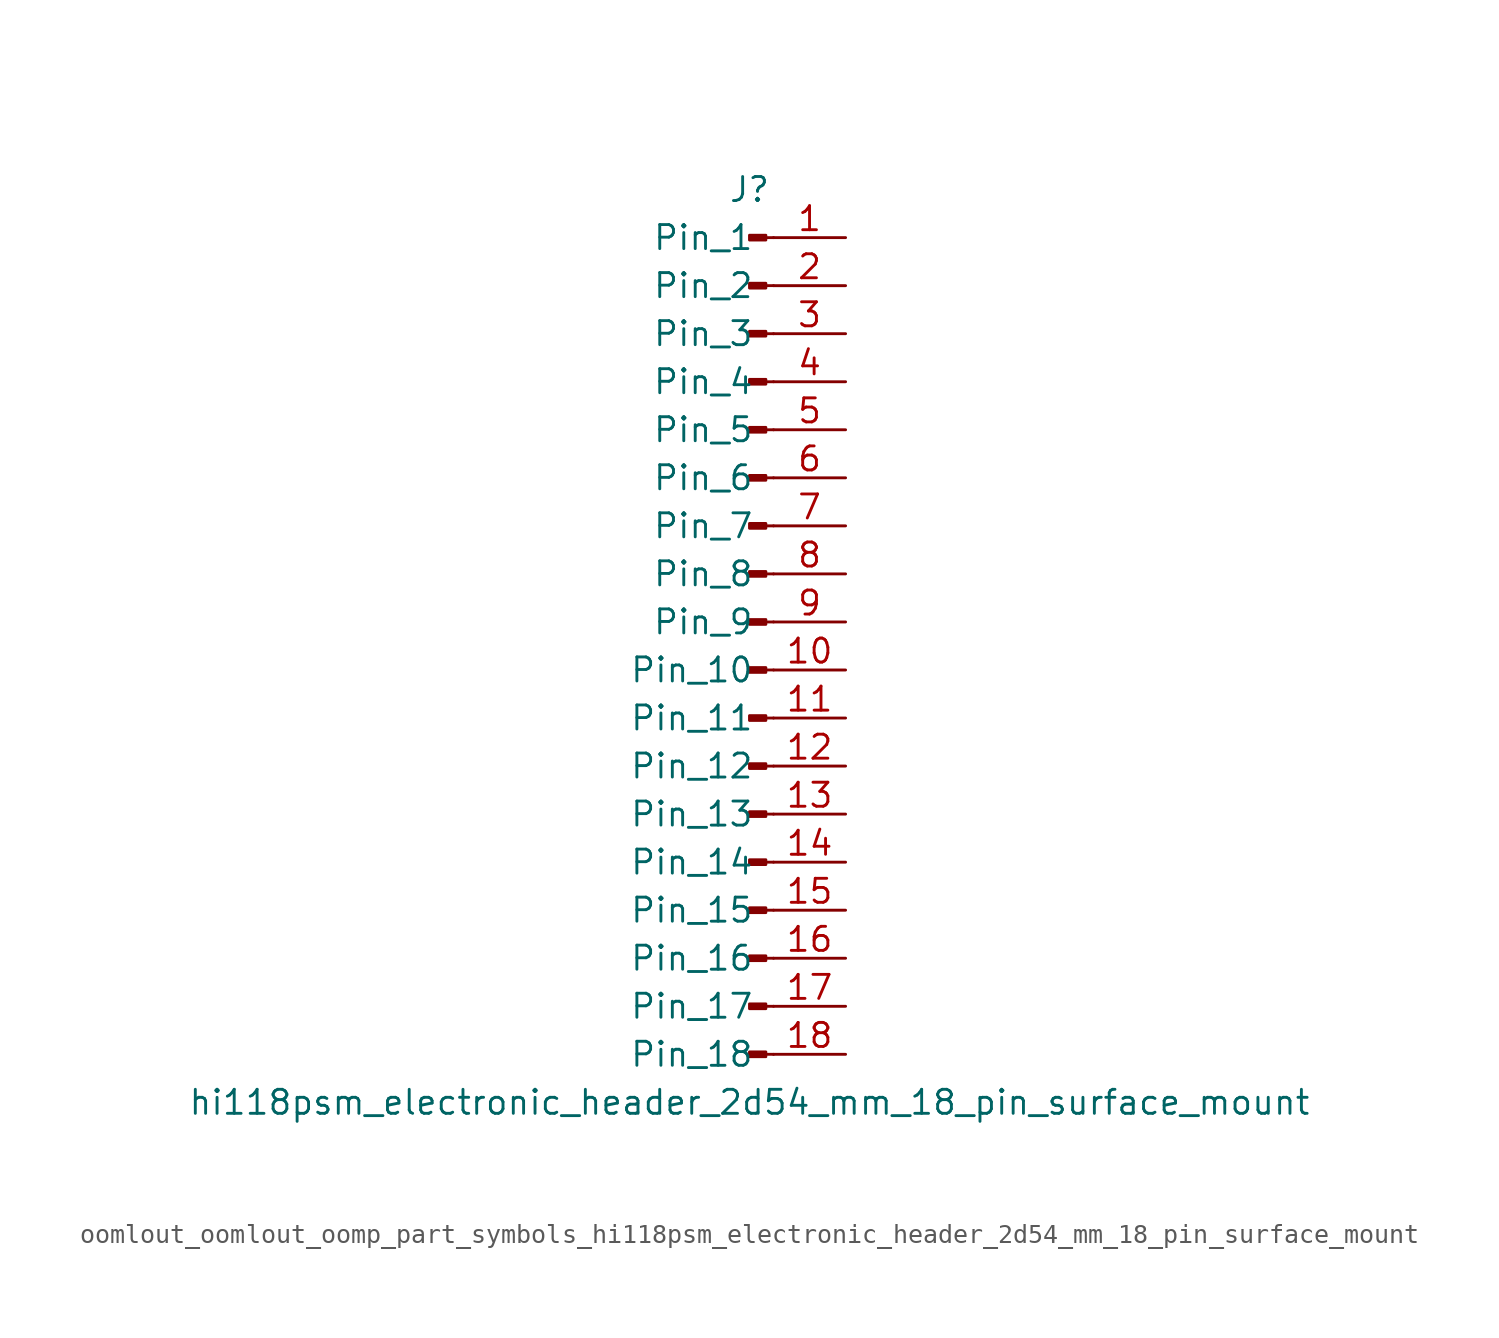
<source format=kicad_sym>
(kicad_symbol_lib
  (version 20220914)
  (generator kicad_symbol_editor)
  (symbol "oomlout_oomlout_oomp_part_symbols_hi118psm_electronic_header_2d54_mm_18_pin_surface_mount"
    (pin_names
      (offset 1.016))
    (property "Reference" "J"
      (at 0 22.86 0)
      (effects (font (size 1.27 1.27))))
    (property "Value" "hi118psm_electronic_header_2d54_mm_18_pin_surface_mount"
      (at 0 -25.4 0)
      (effects (font (size 1.27 1.27))))
    (property "ki_locked" ""
      (at 0 0 0)
      (effects (font (size 1.27 1.27))))
    (symbol "oomlout_oomlout_oomp_part_symbols_hi118psm_electronic_header_2d54_mm_18_pin_surface_mount_1_1"
      (polyline (pts (xy 1.27 -22.86) (xy 0.864 -22.86)) (stroke (width 0.152) (type default)) (fill (type none)))
      (polyline (pts (xy 1.27 -20.32) (xy 0.864 -20.32)) (stroke (width 0.152) (type default)) (fill (type none)))
      (polyline (pts (xy 1.27 -17.78) (xy 0.864 -17.78)) (stroke (width 0.152) (type default)) (fill (type none)))
      (polyline (pts (xy 1.27 -15.24) (xy 0.864 -15.24)) (stroke (width 0.152) (type default)) (fill (type none)))
      (polyline (pts (xy 1.27 -12.7) (xy 0.864 -12.7)) (stroke (width 0.152) (type default)) (fill (type none)))
      (polyline (pts (xy 1.27 -10.16) (xy 0.864 -10.16)) (stroke (width 0.152) (type default)) (fill (type none)))
      (polyline (pts (xy 1.27 -7.62) (xy 0.864 -7.62)) (stroke (width 0.152) (type default)) (fill (type none)))
      (polyline (pts (xy 1.27 -5.08) (xy 0.864 -5.08)) (stroke (width 0.152) (type default)) (fill (type none)))
      (polyline (pts (xy 1.27 -2.54) (xy 0.864 -2.54)) (stroke (width 0.152) (type default)) (fill (type none)))
      (polyline (pts (xy 1.27 0) (xy 0.864 0)) (stroke (width 0.152) (type default)) (fill (type none)))
      (polyline (pts (xy 1.27 2.54) (xy 0.864 2.54)) (stroke (width 0.152) (type default)) (fill (type none)))
      (polyline (pts (xy 1.27 5.08) (xy 0.864 5.08)) (stroke (width 0.152) (type default)) (fill (type none)))
      (polyline (pts (xy 1.27 7.62) (xy 0.864 7.62)) (stroke (width 0.152) (type default)) (fill (type none)))
      (polyline (pts (xy 1.27 10.16) (xy 0.864 10.16)) (stroke (width 0.152) (type default)) (fill (type none)))
      (polyline (pts (xy 1.27 12.7) (xy 0.864 12.7)) (stroke (width 0.152) (type default)) (fill (type none)))
      (polyline (pts (xy 1.27 15.24) (xy 0.864 15.24)) (stroke (width 0.152) (type default)) (fill (type none)))
      (polyline (pts (xy 1.27 17.78) (xy 0.864 17.78)) (stroke (width 0.152) (type default)) (fill (type none)))
      (polyline (pts (xy 1.27 20.32) (xy 0.864 20.32)) (stroke (width 0.152) (type default)) (fill (type none)))
      (rectangle (start 0.864 -22.733) (end 0 -22.987) (stroke (width 0.152) (type default)) (fill (type outline)))
      (rectangle (start 0.864 -20.193) (end 0 -20.447) (stroke (width 0.152) (type default)) (fill (type outline)))
      (rectangle (start 0.864 -17.653) (end 0 -17.907) (stroke (width 0.152) (type default)) (fill (type outline)))
      (rectangle (start 0.864 -15.113) (end 0 -15.367) (stroke (width 0.152) (type default)) (fill (type outline)))
      (rectangle (start 0.864 -12.573) (end 0 -12.827) (stroke (width 0.152) (type default)) (fill (type outline)))
      (rectangle (start 0.864 -10.033) (end 0 -10.287) (stroke (width 0.152) (type default)) (fill (type outline)))
      (rectangle (start 0.864 -7.493) (end 0 -7.747) (stroke (width 0.152) (type default)) (fill (type outline)))
      (rectangle (start 0.864 -4.953) (end 0 -5.207) (stroke (width 0.152) (type default)) (fill (type outline)))
      (rectangle (start 0.864 -2.413) (end 0 -2.667) (stroke (width 0.152) (type default)) (fill (type outline)))
      (rectangle (start 0.864 0.127) (end 0 -0.127) (stroke (width 0.152) (type default)) (fill (type outline)))
      (rectangle (start 0.864 2.667) (end 0 2.413) (stroke (width 0.152) (type default)) (fill (type outline)))
      (rectangle (start 0.864 5.207) (end 0 4.953) (stroke (width 0.152) (type default)) (fill (type outline)))
      (rectangle (start 0.864 7.747) (end 0 7.493) (stroke (width 0.152) (type default)) (fill (type outline)))
      (rectangle (start 0.864 10.287) (end 0 10.033) (stroke (width 0.152) (type default)) (fill (type outline)))
      (rectangle (start 0.864 12.827) (end 0 12.573) (stroke (width 0.152) (type default)) (fill (type outline)))
      (rectangle (start 0.864 15.367) (end 0 15.113) (stroke (width 0.152) (type default)) (fill (type outline)))
      (rectangle (start 0.864 17.907) (end 0 17.653) (stroke (width 0.152) (type default)) (fill (type outline)))
      (rectangle (start 0.864 20.447) (end 0 20.193) (stroke (width 0.152) (type default)) (fill (type outline)))
      (pin passive line (at 5.08 20.32 180) (length 3.81) (name "Pin_1" (effects (font (size 1.27 1.27)))) (number "1" (effects (font (size 1.27 1.27)))))
      (pin passive line (at 5.08 -2.54 180) (length 3.81) (name "Pin_10" (effects (font (size 1.27 1.27)))) (number "10" (effects (font (size 1.27 1.27)))))
      (pin passive line (at 5.08 -5.08 180) (length 3.81) (name "Pin_11" (effects (font (size 1.27 1.27)))) (number "11" (effects (font (size 1.27 1.27)))))
      (pin passive line (at 5.08 -7.62 180) (length 3.81) (name "Pin_12" (effects (font (size 1.27 1.27)))) (number "12" (effects (font (size 1.27 1.27)))))
      (pin passive line (at 5.08 -10.16 180) (length 3.81) (name "Pin_13" (effects (font (size 1.27 1.27)))) (number "13" (effects (font (size 1.27 1.27)))))
      (pin passive line (at 5.08 -12.7 180) (length 3.81) (name "Pin_14" (effects (font (size 1.27 1.27)))) (number "14" (effects (font (size 1.27 1.27)))))
      (pin passive line (at 5.08 -15.24 180) (length 3.81) (name "Pin_15" (effects (font (size 1.27 1.27)))) (number "15" (effects (font (size 1.27 1.27)))))
      (pin passive line (at 5.08 -17.78 180) (length 3.81) (name "Pin_16" (effects (font (size 1.27 1.27)))) (number "16" (effects (font (size 1.27 1.27)))))
      (pin passive line (at 5.08 -20.32 180) (length 3.81) (name "Pin_17" (effects (font (size 1.27 1.27)))) (number "17" (effects (font (size 1.27 1.27)))))
      (pin passive line (at 5.08 -22.86 180) (length 3.81) (name "Pin_18" (effects (font (size 1.27 1.27)))) (number "18" (effects (font (size 1.27 1.27)))))
      (pin passive line (at 5.08 17.78 180) (length 3.81) (name "Pin_2" (effects (font (size 1.27 1.27)))) (number "2" (effects (font (size 1.27 1.27)))))
      (pin passive line (at 5.08 15.24 180) (length 3.81) (name "Pin_3" (effects (font (size 1.27 1.27)))) (number "3" (effects (font (size 1.27 1.27)))))
      (pin passive line (at 5.08 12.7 180) (length 3.81) (name "Pin_4" (effects (font (size 1.27 1.27)))) (number "4" (effects (font (size 1.27 1.27)))))
      (pin passive line (at 5.08 10.16 180) (length 3.81) (name "Pin_5" (effects (font (size 1.27 1.27)))) (number "5" (effects (font (size 1.27 1.27)))))
      (pin passive line (at 5.08 7.62 180) (length 3.81) (name "Pin_6" (effects (font (size 1.27 1.27)))) (number "6" (effects (font (size 1.27 1.27)))))
      (pin passive line (at 5.08 5.08 180) (length 3.81) (name "Pin_7" (effects (font (size 1.27 1.27)))) (number "7" (effects (font (size 1.27 1.27)))))
      (pin passive line (at 5.08 2.54 180) (length 3.81) (name "Pin_8" (effects (font (size 1.27 1.27)))) (number "8" (effects (font (size 1.27 1.27)))))
      (pin passive line (at 5.08 0 180) (length 3.81) (name "Pin_9" (effects (font (size 1.27 1.27)))) (number "9" (effects (font (size 1.27 1.27))))))))
</source>
